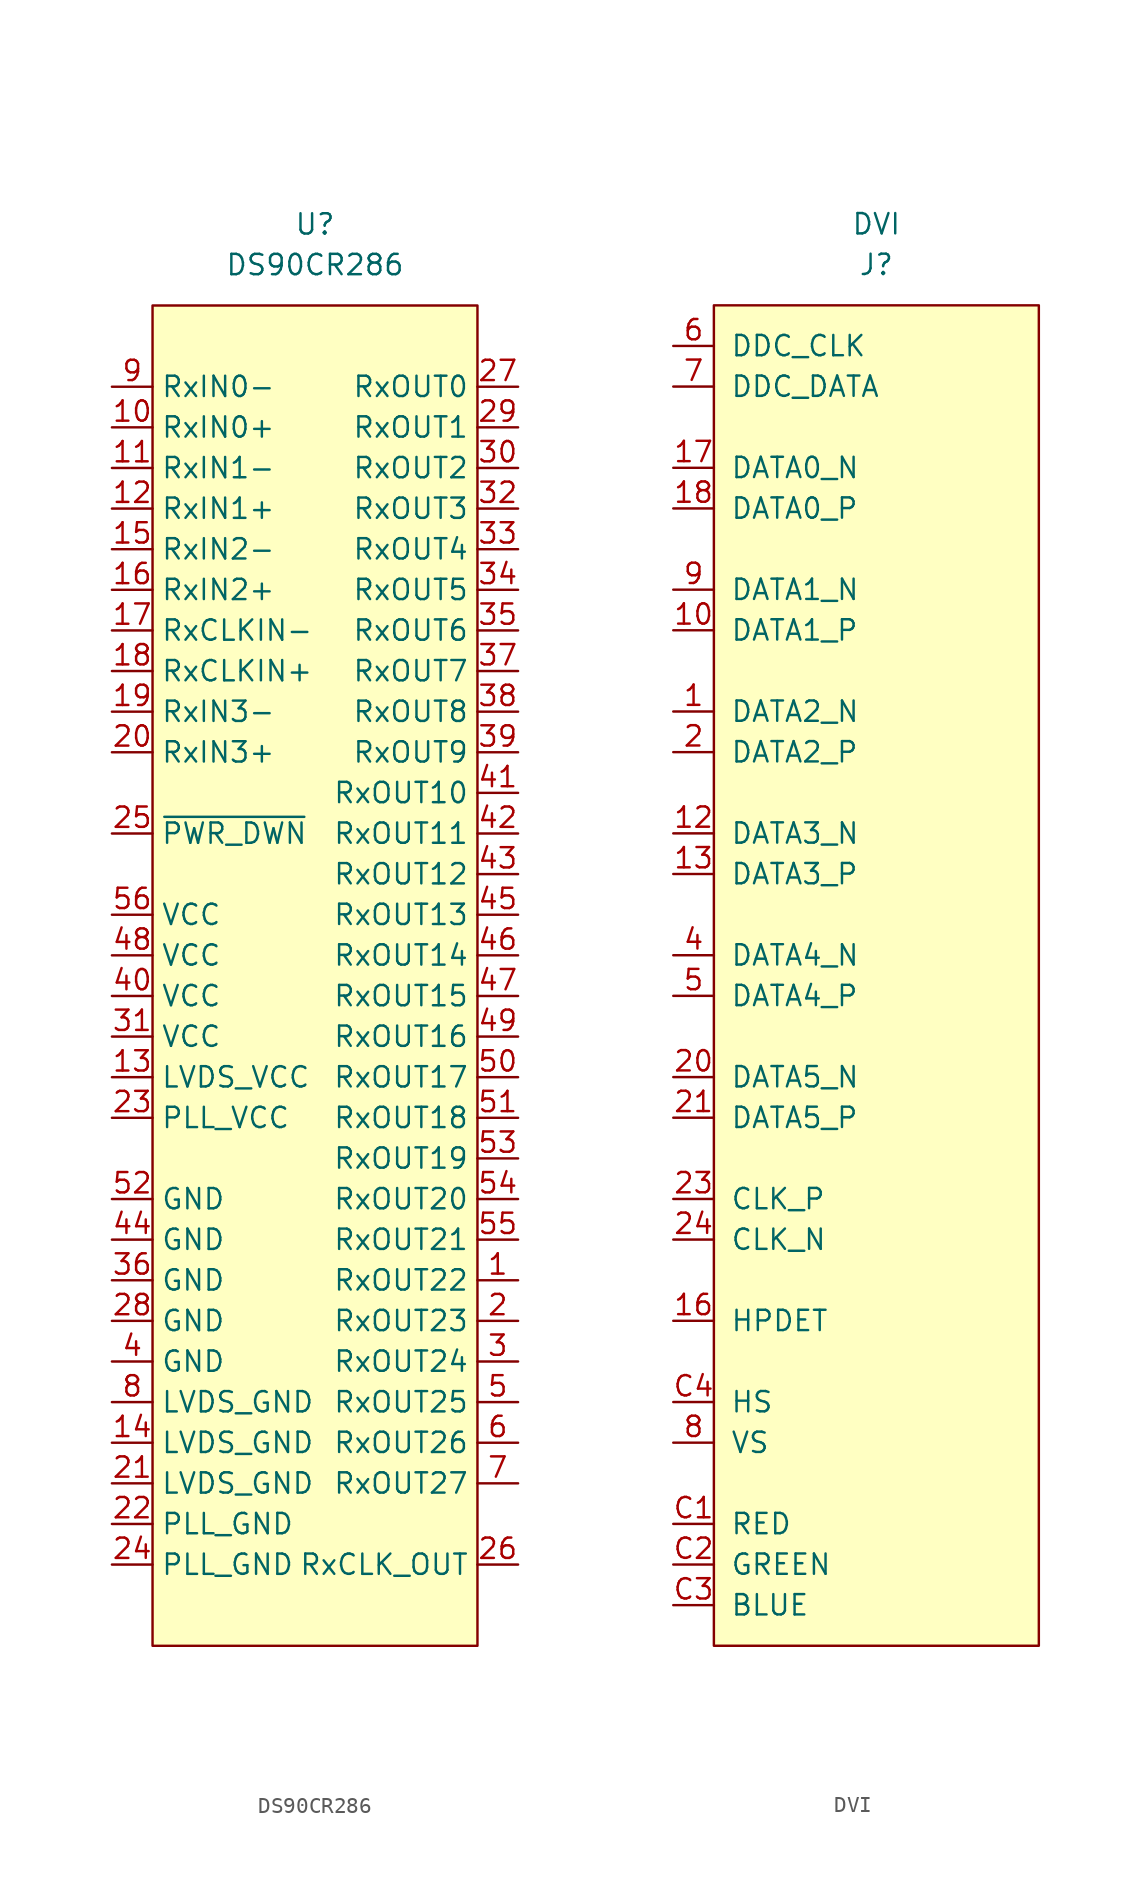
<source format=kicad_sym>
(kicad_symbol_lib
  (version 20220914)
  (generator kicad_symbol_editor)
  (symbol "DS90CR286"
    (property "Reference" "U"
      (at 0 0 0)
      (effects (font (size 1.27 1.27))))
    (property "Value" "DS90CR286"
      (at 0 -2.54 0)
      (effects (font (size 1.27 1.27))))
    (symbol "DS90CR286_0_1"
      (rectangle (start -10.16 -5.08) (end 10.16 -88.9) (stroke (width 0.152) (type default)) (fill (type background))))
    (symbol "DS90CR286_1_1"
      (pin output line (at 12.7 -66.04 180) (length 2.54) (name "RxOUT22" (effects (font (size 1.27 1.27)))) (number "1" (effects (font (size 1.27 1.27)))))
      (pin input line (at -12.7 -12.7 0) (length 2.54) (name "RxIN0+" (effects (font (size 1.27 1.27)))) (number "10" (effects (font (size 1.27 1.27)))))
      (pin input line (at -12.7 -15.24 0) (length 2.54) (name "RxIN1-" (effects (font (size 1.27 1.27)))) (number "11" (effects (font (size 1.27 1.27)))))
      (pin input line (at -12.7 -17.78 0) (length 2.54) (name "RxIN1+" (effects (font (size 1.27 1.27)))) (number "12" (effects (font (size 1.27 1.27)))))
      (pin input line (at -12.7 -53.34 0) (length 2.54) (name "LVDS_VCC" (effects (font (size 1.27 1.27)))) (number "13" (effects (font (size 1.27 1.27)))))
      (pin input line (at -12.7 -76.2 0) (length 2.54) (name "LVDS_GND" (effects (font (size 1.27 1.27)))) (number "14" (effects (font (size 1.27 1.27)))))
      (pin input line (at -12.7 -20.32 0) (length 2.54) (name "RxIN2-" (effects (font (size 1.27 1.27)))) (number "15" (effects (font (size 1.27 1.27)))))
      (pin input line (at -12.7 -22.86 0) (length 2.54) (name "RxIN2+" (effects (font (size 1.27 1.27)))) (number "16" (effects (font (size 1.27 1.27)))))
      (pin input line (at -12.7 -25.4 0) (length 2.54) (name "RxCLKIN-" (effects (font (size 1.27 1.27)))) (number "17" (effects (font (size 1.27 1.27)))))
      (pin input line (at -12.7 -27.94 0) (length 2.54) (name "RxCLKIN+" (effects (font (size 1.27 1.27)))) (number "18" (effects (font (size 1.27 1.27)))))
      (pin input line (at -12.7 -30.48 0) (length 2.54) (name "RxIN3-" (effects (font (size 1.27 1.27)))) (number "19" (effects (font (size 1.27 1.27)))))
      (pin output line (at 12.7 -68.58 180) (length 2.54) (name "RxOUT23" (effects (font (size 1.27 1.27)))) (number "2" (effects (font (size 1.27 1.27)))))
      (pin input line (at -12.7 -33.02 0) (length 2.54) (name "RxIN3+" (effects (font (size 1.27 1.27)))) (number "20" (effects (font (size 1.27 1.27)))))
      (pin input line (at -12.7 -78.74 0) (length 2.54) (name "LVDS_GND" (effects (font (size 1.27 1.27)))) (number "21" (effects (font (size 1.27 1.27)))))
      (pin input line (at -12.7 -81.28 0) (length 2.54) (name "PLL_GND" (effects (font (size 1.27 1.27)))) (number "22" (effects (font (size 1.27 1.27)))))
      (pin input line (at -12.7 -55.88 0) (length 2.54) (name "PLL_VCC" (effects (font (size 1.27 1.27)))) (number "23" (effects (font (size 1.27 1.27)))))
      (pin input line (at -12.7 -83.82 0) (length 2.54) (name "PLL_GND" (effects (font (size 1.27 1.27)))) (number "24" (effects (font (size 1.27 1.27)))))
      (pin input line (at -12.7 -38.1 0) (length 2.54) (name "~{PWR_DWN}" (effects (font (size 1.27 1.27)))) (number "25" (effects (font (size 1.27 1.27)))))
      (pin input line (at 12.7 -83.82 180) (length 2.54) (name "RxCLK_OUT" (effects (font (size 1.27 1.27)))) (number "26" (effects (font (size 1.27 1.27)))))
      (pin output line (at 12.7 -10.16 180) (length 2.54) (name "RxOUT0" (effects (font (size 1.27 1.27)))) (number "27" (effects (font (size 1.27 1.27)))))
      (pin input line (at -12.7 -68.58 0) (length 2.54) (name "GND" (effects (font (size 1.27 1.27)))) (number "28" (effects (font (size 1.27 1.27)))))
      (pin output line (at 12.7 -12.7 180) (length 2.54) (name "RxOUT1" (effects (font (size 1.27 1.27)))) (number "29" (effects (font (size 1.27 1.27)))))
      (pin output line (at 12.7 -71.12 180) (length 2.54) (name "RxOUT24" (effects (font (size 1.27 1.27)))) (number "3" (effects (font (size 1.27 1.27)))))
      (pin output line (at 12.7 -15.24 180) (length 2.54) (name "RxOUT2" (effects (font (size 1.27 1.27)))) (number "30" (effects (font (size 1.27 1.27)))))
      (pin input line (at -12.7 -50.8 0) (length 2.54) (name "VCC" (effects (font (size 1.27 1.27)))) (number "31" (effects (font (size 1.27 1.27)))))
      (pin output line (at 12.7 -17.78 180) (length 2.54) (name "RxOUT3" (effects (font (size 1.27 1.27)))) (number "32" (effects (font (size 1.27 1.27)))))
      (pin output line (at 12.7 -20.32 180) (length 2.54) (name "RxOUT4" (effects (font (size 1.27 1.27)))) (number "33" (effects (font (size 1.27 1.27)))))
      (pin output line (at 12.7 -22.86 180) (length 2.54) (name "RxOUT5" (effects (font (size 1.27 1.27)))) (number "34" (effects (font (size 1.27 1.27)))))
      (pin output line (at 12.7 -25.4 180) (length 2.54) (name "RxOUT6" (effects (font (size 1.27 1.27)))) (number "35" (effects (font (size 1.27 1.27)))))
      (pin input line (at -12.7 -66.04 0) (length 2.54) (name "GND" (effects (font (size 1.27 1.27)))) (number "36" (effects (font (size 1.27 1.27)))))
      (pin output line (at 12.7 -27.94 180) (length 2.54) (name "RxOUT7" (effects (font (size 1.27 1.27)))) (number "37" (effects (font (size 1.27 1.27)))))
      (pin output line (at 12.7 -30.48 180) (length 2.54) (name "RxOUT8" (effects (font (size 1.27 1.27)))) (number "38" (effects (font (size 1.27 1.27)))))
      (pin output line (at 12.7 -33.02 180) (length 2.54) (name "RxOUT9" (effects (font (size 1.27 1.27)))) (number "39" (effects (font (size 1.27 1.27)))))
      (pin input line (at -12.7 -71.12 0) (length 2.54) (name "GND" (effects (font (size 1.27 1.27)))) (number "4" (effects (font (size 1.27 1.27)))))
      (pin input line (at -12.7 -48.26 0) (length 2.54) (name "VCC" (effects (font (size 1.27 1.27)))) (number "40" (effects (font (size 1.27 1.27)))))
      (pin output line (at 12.7 -35.56 180) (length 2.54) (name "RxOUT10" (effects (font (size 1.27 1.27)))) (number "41" (effects (font (size 1.27 1.27)))))
      (pin output line (at 12.7 -38.1 180) (length 2.54) (name "RxOUT11" (effects (font (size 1.27 1.27)))) (number "42" (effects (font (size 1.27 1.27)))))
      (pin output line (at 12.7 -40.64 180) (length 2.54) (name "RxOUT12" (effects (font (size 1.27 1.27)))) (number "43" (effects (font (size 1.27 1.27)))))
      (pin input line (at -12.7 -63.5 0) (length 2.54) (name "GND" (effects (font (size 1.27 1.27)))) (number "44" (effects (font (size 1.27 1.27)))))
      (pin output line (at 12.7 -43.18 180) (length 2.54) (name "RxOUT13" (effects (font (size 1.27 1.27)))) (number "45" (effects (font (size 1.27 1.27)))))
      (pin output line (at 12.7 -45.72 180) (length 2.54) (name "RxOUT14" (effects (font (size 1.27 1.27)))) (number "46" (effects (font (size 1.27 1.27)))))
      (pin output line (at 12.7 -48.26 180) (length 2.54) (name "RxOUT15" (effects (font (size 1.27 1.27)))) (number "47" (effects (font (size 1.27 1.27)))))
      (pin input line (at -12.7 -45.72 0) (length 2.54) (name "VCC" (effects (font (size 1.27 1.27)))) (number "48" (effects (font (size 1.27 1.27)))))
      (pin output line (at 12.7 -50.8 180) (length 2.54) (name "RxOUT16" (effects (font (size 1.27 1.27)))) (number "49" (effects (font (size 1.27 1.27)))))
      (pin output line (at 12.7 -73.66 180) (length 2.54) (name "RxOUT25" (effects (font (size 1.27 1.27)))) (number "5" (effects (font (size 1.27 1.27)))))
      (pin output line (at 12.7 -53.34 180) (length 2.54) (name "RxOUT17" (effects (font (size 1.27 1.27)))) (number "50" (effects (font (size 1.27 1.27)))))
      (pin output line (at 12.7 -55.88 180) (length 2.54) (name "RxOUT18" (effects (font (size 1.27 1.27)))) (number "51" (effects (font (size 1.27 1.27)))))
      (pin input line (at -12.7 -60.96 0) (length 2.54) (name "GND" (effects (font (size 1.27 1.27)))) (number "52" (effects (font (size 1.27 1.27)))))
      (pin output line (at 12.7 -58.42 180) (length 2.54) (name "RxOUT19" (effects (font (size 1.27 1.27)))) (number "53" (effects (font (size 1.27 1.27)))))
      (pin output line (at 12.7 -60.96 180) (length 2.54) (name "RxOUT20" (effects (font (size 1.27 1.27)))) (number "54" (effects (font (size 1.27 1.27)))))
      (pin output line (at 12.7 -63.5 180) (length 2.54) (name "RxOUT21" (effects (font (size 1.27 1.27)))) (number "55" (effects (font (size 1.27 1.27)))))
      (pin input line (at -12.7 -43.18 0) (length 2.54) (name "VCC" (effects (font (size 1.27 1.27)))) (number "56" (effects (font (size 1.27 1.27)))))
      (pin output line (at 12.7 -76.2 180) (length 2.54) (name "RxOUT26" (effects (font (size 1.27 1.27)))) (number "6" (effects (font (size 1.27 1.27)))))
      (pin output line (at 12.7 -78.74 180) (length 2.54) (name "RxOUT27" (effects (font (size 1.27 1.27)))) (number "7" (effects (font (size 1.27 1.27)))))
      (pin input line (at -12.7 -73.66 0) (length 2.54) (name "LVDS_GND" (effects (font (size 1.27 1.27)))) (number "8" (effects (font (size 1.27 1.27)))))
      (pin input line (at -12.7 -10.16 0) (length 2.54) (name "RxIN0-" (effects (font (size 1.27 1.27)))) (number "9" (effects (font (size 1.27 1.27)))))))
  (symbol "DVI"
    (pin_names
      (offset 1.016))
    (property "Reference" "J"
      (at 0 0 0)
      (effects (font (size 1.27 1.27))))
    (property "Value" "DVI"
      (at 0 2.54 0)
      (effects (font (size 1.27 1.27))))
    (symbol "DVI_0_1"
      (rectangle (start -10.16 -2.54) (end 10.16 -86.36) (stroke (width 0) (type default)) (fill (type background))))
    (symbol "DVI_1_1"
      (pin input line (at -12.7 -27.94 0) (length 2.54) (name "DATA2_N" (effects (font (size 1.27 1.27)))) (number "1" (effects (font (size 1.27 1.27)))))
      (pin input line (at -12.7 -22.86 0) (length 2.54) (name "DATA1_P" (effects (font (size 1.27 1.27)))) (number "10" (effects (font (size 1.27 1.27)))))
      (pin input line (at -12.7 -35.56 0) (length 2.54) (name "DATA3_N" (effects (font (size 1.27 1.27)))) (number "12" (effects (font (size 1.27 1.27)))))
      (pin input line (at -12.7 -38.1 0) (length 2.54) (name "DATA3_P" (effects (font (size 1.27 1.27)))) (number "13" (effects (font (size 1.27 1.27)))))
      (pin input line (at -12.7 -66.04 0) (length 2.54) (name "HPDET" (effects (font (size 1.27 1.27)))) (number "16" (effects (font (size 1.27 1.27)))))
      (pin input line (at -12.7 -12.7 0) (length 2.54) (name "DATA0_N" (effects (font (size 1.27 1.27)))) (number "17" (effects (font (size 1.27 1.27)))))
      (pin input line (at -12.7 -15.24 0) (length 2.54) (name "DATA0_P" (effects (font (size 1.27 1.27)))) (number "18" (effects (font (size 1.27 1.27)))))
      (pin input line (at -12.7 -30.48 0) (length 2.54) (name "DATA2_P" (effects (font (size 1.27 1.27)))) (number "2" (effects (font (size 1.27 1.27)))))
      (pin input line (at -12.7 -50.8 0) (length 2.54) (name "DATA5_N" (effects (font (size 1.27 1.27)))) (number "20" (effects (font (size 1.27 1.27)))))
      (pin input line (at -12.7 -53.34 0) (length 2.54) (name "DATA5_P" (effects (font (size 1.27 1.27)))) (number "21" (effects (font (size 1.27 1.27)))))
      (pin input line (at -12.7 -58.42 0) (length 2.54) (name "CLK_P" (effects (font (size 1.27 1.27)))) (number "23" (effects (font (size 1.27 1.27)))))
      (pin input line (at -12.7 -60.96 0) (length 2.54) (name "CLK_N" (effects (font (size 1.27 1.27)))) (number "24" (effects (font (size 1.27 1.27)))))
      (pin input line (at -12.7 -43.18 0) (length 2.54) (name "DATA4_N" (effects (font (size 1.27 1.27)))) (number "4" (effects (font (size 1.27 1.27)))))
      (pin input line (at -12.7 -45.72 0) (length 2.54) (name "DATA4_P" (effects (font (size 1.27 1.27)))) (number "5" (effects (font (size 1.27 1.27)))))
      (pin bidirectional line (at -12.7 -5.08 0) (length 2.54) (name "DDC_CLK" (effects (font (size 1.27 1.27)))) (number "6" (effects (font (size 1.27 1.27)))))
      (pin bidirectional line (at -12.7 -7.62 0) (length 2.54) (name "DDC_DATA" (effects (font (size 1.27 1.27)))) (number "7" (effects (font (size 1.27 1.27)))))
      (pin input line (at -12.7 -73.66 0) (length 2.54) (name "VS" (effects (font (size 1.27 1.27)))) (number "8" (effects (font (size 1.27 1.27)))))
      (pin input line (at -12.7 -20.32 0) (length 2.54) (name "DATA1_N" (effects (font (size 1.27 1.27)))) (number "9" (effects (font (size 1.27 1.27)))))
      (pin input line (at -12.7 -78.74 0) (length 2.54) (name "RED" (effects (font (size 1.27 1.27)))) (number "C1" (effects (font (size 1.27 1.27)))))
      (pin input line (at -12.7 -81.28 0) (length 2.54) (name "GREEN" (effects (font (size 1.27 1.27)))) (number "C2" (effects (font (size 1.27 1.27)))))
      (pin input line (at -12.7 -83.82 0) (length 2.54) (name "BLUE" (effects (font (size 1.27 1.27)))) (number "C3" (effects (font (size 1.27 1.27)))))
      (pin input line (at -12.7 -71.12 0) (length 2.54) (name "HS" (effects (font (size 1.27 1.27)))) (number "C4" (effects (font (size 1.27 1.27))))))))
</source>
